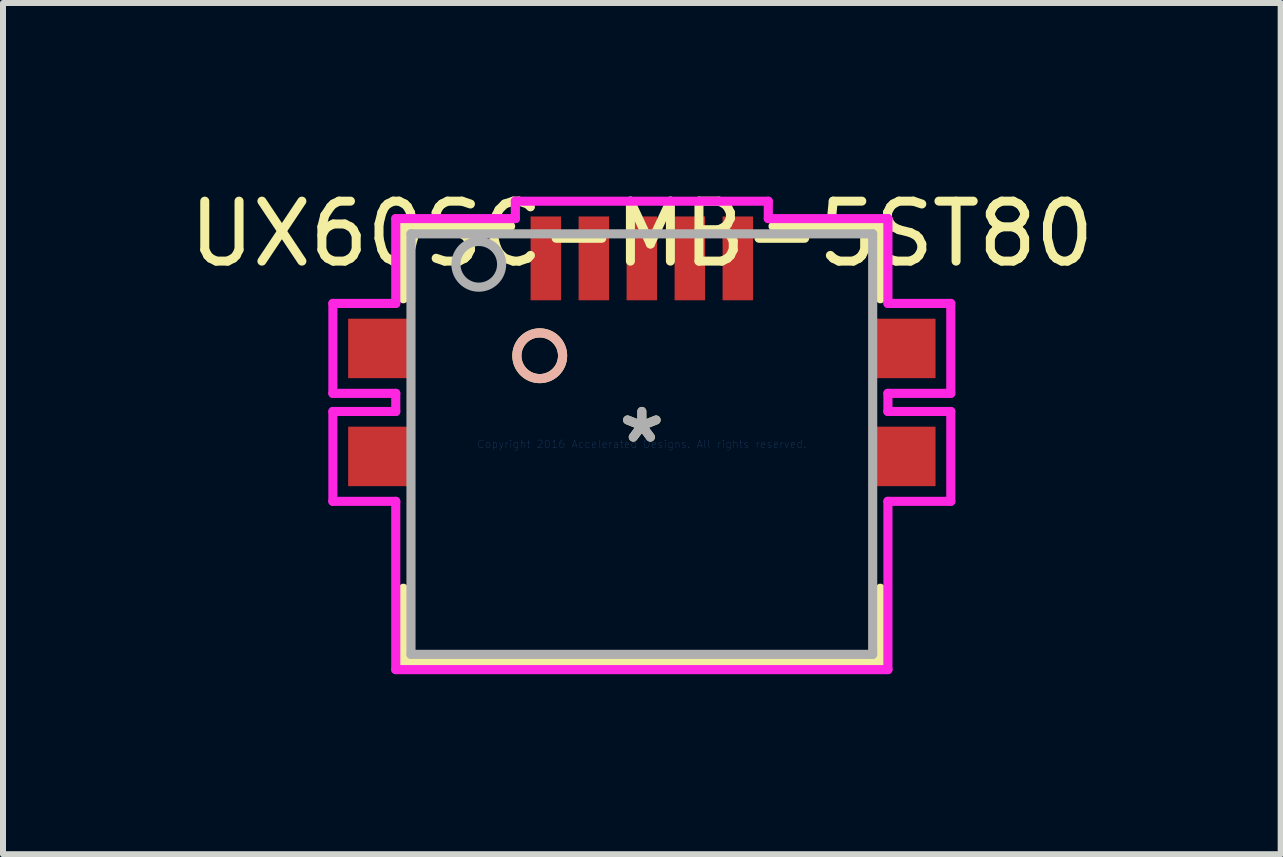
<source format=kicad_pcb>
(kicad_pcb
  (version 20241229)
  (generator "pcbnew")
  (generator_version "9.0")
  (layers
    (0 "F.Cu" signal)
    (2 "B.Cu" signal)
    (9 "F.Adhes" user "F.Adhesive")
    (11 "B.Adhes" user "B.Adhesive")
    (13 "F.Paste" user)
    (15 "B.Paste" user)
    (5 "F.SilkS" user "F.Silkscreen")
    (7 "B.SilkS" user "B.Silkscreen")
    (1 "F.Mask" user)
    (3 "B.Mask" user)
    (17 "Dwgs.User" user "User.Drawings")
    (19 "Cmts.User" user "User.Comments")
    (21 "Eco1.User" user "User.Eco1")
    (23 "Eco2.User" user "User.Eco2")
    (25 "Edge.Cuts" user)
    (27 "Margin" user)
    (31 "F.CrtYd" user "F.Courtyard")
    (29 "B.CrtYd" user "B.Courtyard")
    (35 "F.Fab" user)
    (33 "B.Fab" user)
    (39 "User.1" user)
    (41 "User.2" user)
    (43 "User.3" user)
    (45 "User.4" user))
  (footprint "UX60SC-MB-5ST80"
    (layer "F.Cu")
    (at 7.649 4.353)
    (property "Reference" "UX60SC-MB-5ST80" (at 0 -3.505 0) (layer "F.SilkS") (effects (font (size 1 1) (thickness 0.15))))
    (attr through_hole)
    (fp_line (start -3.975 -3.632) (end -3.975 -2.423) (stroke (width 0.152) (type solid)) (layer "F.SilkS"))
    (fp_line (start -3.975 2.403) (end -3.975 3.632) (stroke (width 0.152) (type solid)) (layer "F.SilkS"))
    (fp_line (start -3.975 3.632) (end 3.975 3.632) (stroke (width 0.152) (type solid)) (layer "F.SilkS"))
    (fp_line (start -2.187 -3.632) (end -3.975 -3.632) (stroke (width 0.152) (type solid)) (layer "F.SilkS"))
    (fp_line (start 3.975 -3.632) (end 2.187 -3.632) (stroke (width 0.152) (type solid)) (layer "F.SilkS"))
    (fp_line (start 3.975 -2.423) (end 3.975 -3.632) (stroke (width 0.152) (type solid)) (layer "F.SilkS"))
    (fp_line (start 3.975 3.632) (end 3.975 2.403) (stroke (width 0.152) (type solid)) (layer "F.SilkS"))
    (fp_circle (center -1.702 -1.473) (end -1.321 -1.473) (stroke (width 0.152) (type solid)) (fill no) (layer "F.SilkS"))
    (fp_circle (center -1.702 -1.473) (end -1.321 -1.473) (stroke (width 0.152) (type solid)) (fill no) (layer "B.SilkS"))
    (fp_line (start -5.15 -2.345) (end -5.15 -0.846) (stroke (width 0.152) (type solid)) (layer "F.CrtYd"))
    (fp_line (start -5.15 -0.846) (end -4.102 -0.846) (stroke (width 0.152) (type solid)) (layer "F.CrtYd"))
    (fp_line (start -5.15 -0.544) (end -5.15 0.954) (stroke (width 0.152) (type solid)) (layer "F.CrtYd"))
    (fp_line (start -5.15 0.954) (end -4.102 0.954) (stroke (width 0.152) (type solid)) (layer "F.CrtYd"))
    (fp_line (start -4.102 -3.759) (end -4.102 -2.345) (stroke (width 0.152) (type solid)) (layer "F.CrtYd"))
    (fp_line (start -4.102 -2.345) (end -5.15 -2.345) (stroke (width 0.152) (type solid)) (layer "F.CrtYd"))
    (fp_line (start -4.102 -0.846) (end -4.102 -0.544) (stroke (width 0.152) (type solid)) (layer "F.CrtYd"))
    (fp_line (start -4.102 -0.544) (end -5.15 -0.544) (stroke (width 0.152) (type solid)) (layer "F.CrtYd"))
    (fp_line (start -4.102 0.954) (end -4.102 3.759) (stroke (width 0.152) (type solid)) (layer "F.CrtYd"))
    (fp_line (start -4.102 3.759) (end 4.102 3.759) (stroke (width 0.152) (type solid)) (layer "F.CrtYd"))
    (fp_line (start -2.108 -4.049) (end -2.108 -3.759) (stroke (width 0.152) (type solid)) (layer "F.CrtYd"))
    (fp_line (start -2.108 -3.759) (end -4.102 -3.759) (stroke (width 0.152) (type solid)) (layer "F.CrtYd"))
    (fp_line (start 2.108 -4.049) (end -2.108 -4.049) (stroke (width 0.152) (type solid)) (layer "F.CrtYd"))
    (fp_line (start 2.108 -3.759) (end 2.108 -4.049) (stroke (width 0.152) (type solid)) (layer "F.CrtYd"))
    (fp_line (start 4.102 -3.759) (end 2.108 -3.759) (stroke (width 0.152) (type solid)) (layer "F.CrtYd"))
    (fp_line (start 4.102 -2.345) (end 4.102 -3.759) (stroke (width 0.152) (type solid)) (layer "F.CrtYd"))
    (fp_line (start 4.102 -0.846) (end 5.15 -0.846) (stroke (width 0.152) (type solid)) (layer "F.CrtYd"))
    (fp_line (start 4.102 -0.544) (end 4.102 -0.846) (stroke (width 0.152) (type solid)) (layer "F.CrtYd"))
    (fp_line (start 4.102 0.954) (end 5.15 0.954) (stroke (width 0.152) (type solid)) (layer "F.CrtYd"))
    (fp_line (start 4.102 3.759) (end 4.102 0.954) (stroke (width 0.152) (type solid)) (layer "F.CrtYd"))
    (fp_line (start 5.15 -2.345) (end 4.102 -2.345) (stroke (width 0.152) (type solid)) (layer "F.CrtYd"))
    (fp_line (start 5.15 -0.846) (end 5.15 -2.345) (stroke (width 0.152) (type solid)) (layer "F.CrtYd"))
    (fp_line (start 5.15 -0.544) (end 4.102 -0.544) (stroke (width 0.152) (type solid)) (layer "F.CrtYd"))
    (fp_line (start 5.15 0.954) (end 5.15 -0.544) (stroke (width 0.152) (type solid)) (layer "F.CrtYd"))
    (fp_line (start -3.848 -3.505) (end -3.848 3.505) (stroke (width 0.152) (type solid)) (layer "F.Fab"))
    (fp_line (start -3.848 3.505) (end 3.848 3.505) (stroke (width 0.152) (type solid)) (layer "F.Fab"))
    (fp_line (start 3.848 -3.505) (end -3.848 -3.505) (stroke (width 0.152) (type solid)) (layer "F.Fab"))
    (fp_line (start 3.848 3.505) (end 3.848 -3.505) (stroke (width 0.152) (type solid)) (layer "F.Fab"))
    (fp_circle (center -2.718 -2.997) (end -2.337 -2.997) (stroke (width 0.152) (type solid)) (fill no) (layer "F.Fab"))
    (fp_text user "*" (at 0 0 0) (layer "F.SilkS") (effects (font (size 1 1) (thickness 0.15))))
    (fp_text user "Copyright 2016 Accelerated Designs. All rights reserved." (at 0 0 0) (layer "Cmts.User") (effects (font (size 0.127 0.127) (thickness 0.002))))
    (fp_text user "*" (at 0 0 0) (layer "F.Fab") (effects (font (size 1 1) (thickness 0.15))))
    (pad "1" smd rect (at -1.6 -3.096) (size 0.508 1.397) (layers "F.Cu" "F.Mask" "F.Paste"))
    (pad "2" smd rect (at -0.8 -3.096) (size 0.508 1.397) (layers "F.Cu" "F.Mask" "F.Paste"))
    (pad "3" smd rect (at 0 -3.096) (size 0.508 1.397) (layers "F.Cu" "F.Mask" "F.Paste"))
    (pad "4" smd rect (at 0.8 -3.096) (size 0.508 1.397) (layers "F.Cu" "F.Mask" "F.Paste"))
    (pad "5" smd rect (at 1.6 -3.096) (size 0.508 1.397) (layers "F.Cu" "F.Mask" "F.Paste"))
    (pad "6" smd rect (at -4.375 -1.595) (size 1.041 0.991) (layers "F.Cu" "F.Mask" "F.Paste"))
    (pad "6" smd rect (at -4.375 0.205) (size 1.041 0.991) (layers "F.Cu" "F.Mask" "F.Paste"))
    (pad "6" smd rect (at 4.375 -1.595) (size 1.041 0.991) (layers "F.Cu" "F.Mask" "F.Paste"))
    (pad "6" smd rect (at 4.375 0.205) (size 1.041 0.991) (layers "F.Cu" "F.Mask" "F.Paste")))
  (gr_rect
    (start -3 -3)
    (end 18.298 11.189)
    (stroke (width 0.1) (type default))
    (fill no)
    (layer "Edge.Cuts")))
</source>
